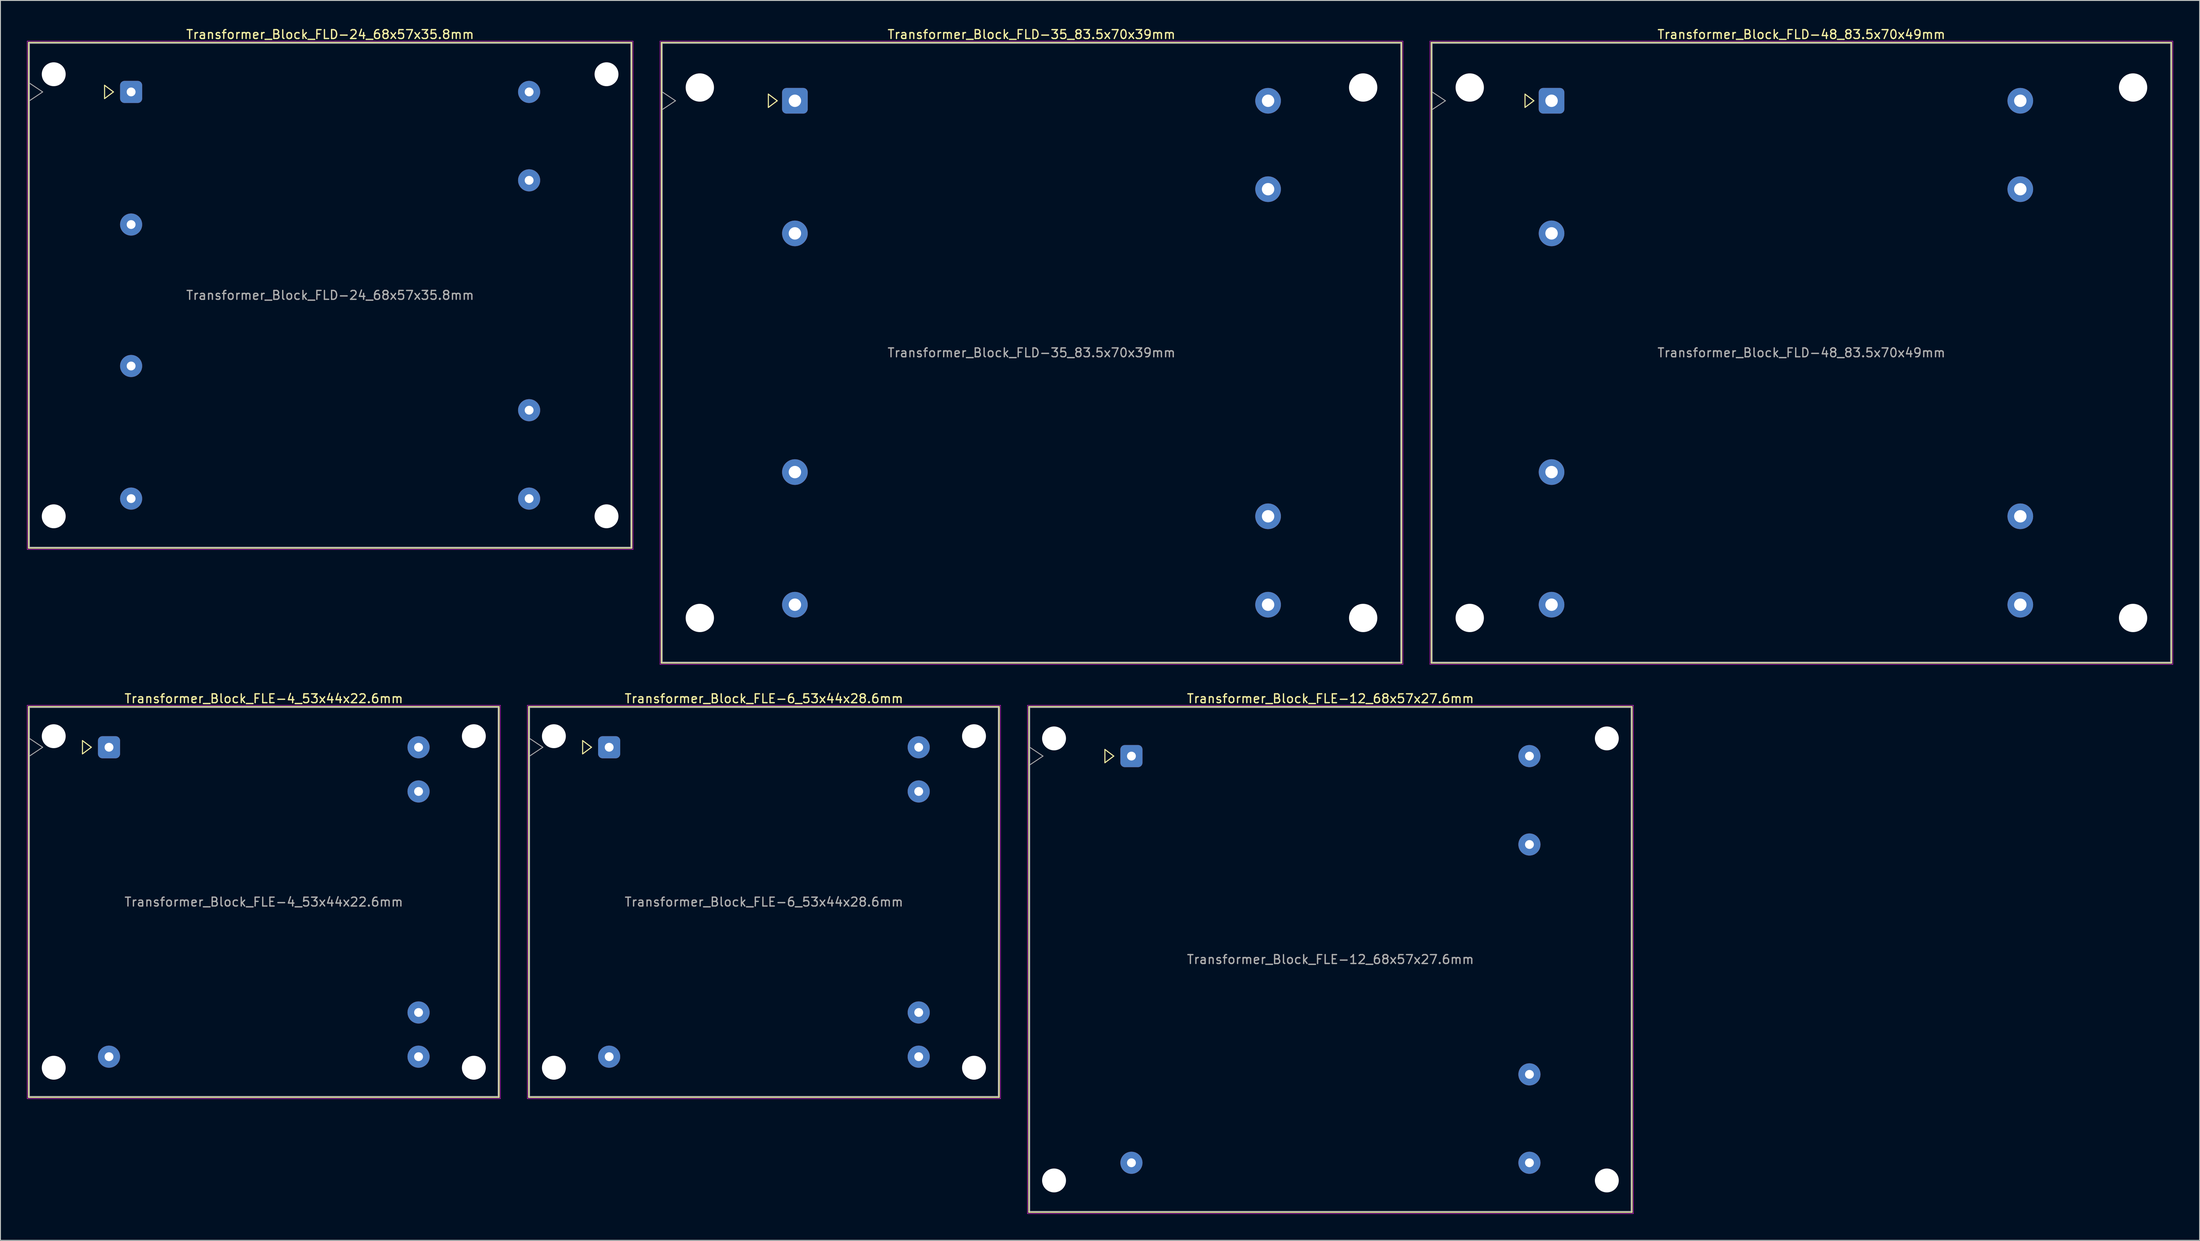
<source format=kicad_pcb>
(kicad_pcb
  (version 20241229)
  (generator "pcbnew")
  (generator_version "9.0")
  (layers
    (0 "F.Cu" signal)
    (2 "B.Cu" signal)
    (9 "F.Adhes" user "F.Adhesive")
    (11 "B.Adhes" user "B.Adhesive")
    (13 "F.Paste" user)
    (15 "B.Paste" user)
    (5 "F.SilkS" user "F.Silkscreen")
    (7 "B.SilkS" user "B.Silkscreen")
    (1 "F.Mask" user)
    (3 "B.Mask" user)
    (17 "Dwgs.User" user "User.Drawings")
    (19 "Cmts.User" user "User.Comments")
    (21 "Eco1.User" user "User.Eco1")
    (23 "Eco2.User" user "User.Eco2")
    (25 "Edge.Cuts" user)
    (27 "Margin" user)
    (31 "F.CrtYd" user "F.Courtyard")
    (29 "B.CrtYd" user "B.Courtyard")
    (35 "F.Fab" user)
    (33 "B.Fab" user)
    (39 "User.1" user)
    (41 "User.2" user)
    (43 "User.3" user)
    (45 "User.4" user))
  (footprint "Transformer_Block_FLE-12_68x57x27.6mm"
    (layer "F.Cu")
    (at 124.875 82.472)
    (property "Reference" "Transformer_Block_FLE-12_68x57x27.6mm" (at 22.5 -6.5 0) (layer "F.SilkS") (effects (font (size 1 1) (thickness 0.15))))
    (attr through_hole)
    (fp_line (start -11.6 -5.6) (end -11.6 51.6) (stroke (width 0.12) (type solid)) (layer "F.SilkS"))
    (fp_line (start -11.6 51.6) (end 56.6 51.6) (stroke (width 0.12) (type solid)) (layer "F.SilkS"))
    (fp_line (start -3 -0.75) (end -2 0) (stroke (width 0.12) (type solid)) (layer "F.SilkS"))
    (fp_line (start -3 0.75) (end -3 -0.75) (stroke (width 0.12) (type solid)) (layer "F.SilkS"))
    (fp_line (start -2 0) (end -3 0.75) (stroke (width 0.12) (type solid)) (layer "F.SilkS"))
    (fp_line (start 56.6 -5.6) (end -11.6 -5.6) (stroke (width 0.12) (type solid)) (layer "F.SilkS"))
    (fp_line (start 56.6 51.6) (end 56.6 -5.6) (stroke (width 0.12) (type solid)) (layer "F.SilkS"))
    (fp_line (start -11.75 -5.75) (end -11.75 51.75) (stroke (width 0.05) (type solid)) (layer "F.CrtYd"))
    (fp_line (start -11.75 51.75) (end 56.75 51.75) (stroke (width 0.05) (type solid)) (layer "F.CrtYd"))
    (fp_line (start 56.75 -5.75) (end -11.75 -5.75) (stroke (width 0.05) (type solid)) (layer "F.CrtYd"))
    (fp_line (start 56.75 51.75) (end 56.75 -5.75) (stroke (width 0.05) (type solid)) (layer "F.CrtYd"))
    (fp_line (start -11.5 -5.5) (end -11.5 51.5) (stroke (width 0.1) (type solid)) (layer "F.Fab"))
    (fp_line (start -11.5 -1) (end -10 0) (stroke (width 0.1) (type solid)) (layer "F.Fab"))
    (fp_line (start -11.5 51.5) (end 56.5 51.5) (stroke (width 0.1) (type solid)) (layer "F.Fab"))
    (fp_line (start -10 0) (end -11.5 1) (stroke (width 0.1) (type solid)) (layer "F.Fab"))
    (fp_line (start 56.5 -5.5) (end -11.5 -5.5) (stroke (width 0.1) (type solid)) (layer "F.Fab"))
    (fp_line (start 56.5 51.5) (end 56.5 -5.5) (stroke (width 0.1) (type solid)) (layer "F.Fab"))
    (fp_text user "${REFERENCE}" (at 22.5 23 0) (layer "F.Fab") (effects (font (size 1 1) (thickness 0.15))))
    (pad "" np_thru_hole circle (at -8.75 -2) (size 2.7 2.7) (drill 2.7) (layers "*.Cu" "*.Mask"))
    (pad "" np_thru_hole circle (at -8.75 48) (size 2.7 2.7) (drill 2.7) (layers "*.Cu" "*.Mask"))
    (pad "" np_thru_hole circle (at 53.75 -2) (size 2.7 2.7) (drill 2.7) (layers "*.Cu" "*.Mask"))
    (pad "" np_thru_hole circle (at 53.75 48) (size 2.7 2.7) (drill 2.7) (layers "*.Cu" "*.Mask"))
    (pad "1" thru_hole roundrect (at 0 0) (size 2.5 2.5) (drill 1) (layers "*.Cu" "*.Mask") (roundrect_rratio 0.2))
    (pad "2" thru_hole circle (at 0 46) (size 2.5 2.5) (drill 1) (layers "*.Cu" "*.Mask"))
    (pad "3" thru_hole circle (at 45 46) (size 2.5 2.5) (drill 1) (layers "*.Cu" "*.Mask"))
    (pad "4" thru_hole circle (at 45 36) (size 2.5 2.5) (drill 1) (layers "*.Cu" "*.Mask"))
    (pad "5" thru_hole circle (at 45 10) (size 2.5 2.5) (drill 1) (layers "*.Cu" "*.Mask"))
    (pad "6" thru_hole circle (at 45 0) (size 2.5 2.5) (drill 1) (layers "*.Cu" "*.Mask")))
  (footprint "Transformer_Block_FLD-48_83.5x70x49mm"
    (layer "F.Cu")
    (at 172.375 8.348)
    (property "Reference" "Transformer_Block_FLD-48_83.5x70x49mm" (at 28.25 -7.5 0) (layer "F.SilkS") (effects (font (size 1 1) (thickness 0.15))))
    (attr through_hole)
    (fp_line (start -13.6 -6.6) (end -13.6 63.6) (stroke (width 0.12) (type solid)) (layer "F.SilkS"))
    (fp_line (start -13.6 63.6) (end 70.1 63.6) (stroke (width 0.12) (type solid)) (layer "F.SilkS"))
    (fp_line (start -3 -0.75) (end -2 0) (stroke (width 0.12) (type solid)) (layer "F.SilkS"))
    (fp_line (start -3 0.75) (end -3 -0.75) (stroke (width 0.12) (type solid)) (layer "F.SilkS"))
    (fp_line (start -2 0) (end -3 0.75) (stroke (width 0.12) (type solid)) (layer "F.SilkS"))
    (fp_line (start 70.1 -6.6) (end -13.6 -6.6) (stroke (width 0.12) (type solid)) (layer "F.SilkS"))
    (fp_line (start 70.1 63.6) (end 70.1 -6.6) (stroke (width 0.12) (type solid)) (layer "F.SilkS"))
    (fp_line (start -13.75 -6.75) (end -13.75 63.75) (stroke (width 0.05) (type solid)) (layer "F.CrtYd"))
    (fp_line (start -13.75 63.75) (end 70.25 63.75) (stroke (width 0.05) (type solid)) (layer "F.CrtYd"))
    (fp_line (start 70.25 -6.75) (end -13.75 -6.75) (stroke (width 0.05) (type solid)) (layer "F.CrtYd"))
    (fp_line (start 70.25 63.75) (end 70.25 -6.75) (stroke (width 0.05) (type solid)) (layer "F.CrtYd"))
    (fp_line (start -13.5 -6.5) (end -13.5 63.5) (stroke (width 0.1) (type solid)) (layer "F.Fab"))
    (fp_line (start -13.5 -1) (end -12 0) (stroke (width 0.1) (type solid)) (layer "F.Fab"))
    (fp_line (start -13.5 63.5) (end 70 63.5) (stroke (width 0.1) (type solid)) (layer "F.Fab"))
    (fp_line (start -12 0) (end -13.5 1) (stroke (width 0.1) (type solid)) (layer "F.Fab"))
    (fp_line (start 70 -6.5) (end -13.5 -6.5) (stroke (width 0.1) (type solid)) (layer "F.Fab"))
    (fp_line (start 70 63.5) (end 70 -6.5) (stroke (width 0.1) (type solid)) (layer "F.Fab"))
    (fp_text user "${REFERENCE}" (at 28.25 28.5 0) (layer "F.Fab") (effects (font (size 1 1) (thickness 0.15))))
    (pad "" np_thru_hole circle (at -9.25 -1.5) (size 3.2 3.2) (drill 3.2) (layers "*.Cu" "*.Mask"))
    (pad "" np_thru_hole circle (at -9.25 58.5) (size 3.2 3.2) (drill 3.2) (layers "*.Cu" "*.Mask"))
    (pad "" np_thru_hole circle (at 65.75 -1.5) (size 3.2 3.2) (drill 3.2) (layers "*.Cu" "*.Mask"))
    (pad "" np_thru_hole circle (at 65.75 58.5) (size 3.2 3.2) (drill 3.2) (layers "*.Cu" "*.Mask"))
    (pad "1" thru_hole roundrect (at 0 0) (size 2.9 2.9) (drill 1.4) (layers "*.Cu" "*.Mask") (roundrect_rratio 0.172))
    (pad "2" thru_hole circle (at 0 15) (size 2.9 2.9) (drill 1.4) (layers "*.Cu" "*.Mask"))
    (pad "3" thru_hole circle (at 0 42) (size 2.9 2.9) (drill 1.4) (layers "*.Cu" "*.Mask"))
    (pad "4" thru_hole circle (at 0 57) (size 2.9 2.9) (drill 1.4) (layers "*.Cu" "*.Mask"))
    (pad "5" thru_hole circle (at 53 57) (size 2.9 2.9) (drill 1.4) (layers "*.Cu" "*.Mask"))
    (pad "6" thru_hole circle (at 53 47) (size 2.9 2.9) (drill 1.4) (layers "*.Cu" "*.Mask"))
    (pad "7" thru_hole circle (at 53 10) (size 2.9 2.9) (drill 1.4) (layers "*.Cu" "*.Mask"))
    (pad "8" thru_hole circle (at 53 0) (size 2.9 2.9) (drill 1.4) (layers "*.Cu" "*.Mask")))
  (footprint "Transformer_Block_FLD-35_83.5x70x39mm"
    (layer "F.Cu")
    (at 86.825 8.348)
    (property "Reference" "Transformer_Block_FLD-35_83.5x70x39mm" (at 26.75 -7.5 0) (layer "F.SilkS") (effects (font (size 1 1) (thickness 0.15))))
    (attr through_hole)
    (fp_line (start -15.1 -6.6) (end -15.1 63.6) (stroke (width 0.12) (type solid)) (layer "F.SilkS"))
    (fp_line (start -15.1 63.6) (end 68.6 63.6) (stroke (width 0.12) (type solid)) (layer "F.SilkS"))
    (fp_line (start -3 -0.75) (end -2 0) (stroke (width 0.12) (type solid)) (layer "F.SilkS"))
    (fp_line (start -3 0.75) (end -3 -0.75) (stroke (width 0.12) (type solid)) (layer "F.SilkS"))
    (fp_line (start -2 0) (end -3 0.75) (stroke (width 0.12) (type solid)) (layer "F.SilkS"))
    (fp_line (start 68.6 -6.6) (end -15.1 -6.6) (stroke (width 0.12) (type solid)) (layer "F.SilkS"))
    (fp_line (start 68.6 63.6) (end 68.6 -6.6) (stroke (width 0.12) (type solid)) (layer "F.SilkS"))
    (fp_line (start -15.25 -6.75) (end -15.25 63.75) (stroke (width 0.05) (type solid)) (layer "F.CrtYd"))
    (fp_line (start -15.25 63.75) (end 68.75 63.75) (stroke (width 0.05) (type solid)) (layer "F.CrtYd"))
    (fp_line (start 68.75 -6.75) (end -15.25 -6.75) (stroke (width 0.05) (type solid)) (layer "F.CrtYd"))
    (fp_line (start 68.75 63.75) (end 68.75 -6.75) (stroke (width 0.05) (type solid)) (layer "F.CrtYd"))
    (fp_line (start -15 -6.5) (end -15 63.5) (stroke (width 0.1) (type solid)) (layer "F.Fab"))
    (fp_line (start -15 -1) (end -13.5 0) (stroke (width 0.1) (type solid)) (layer "F.Fab"))
    (fp_line (start -15 63.5) (end 68.5 63.5) (stroke (width 0.1) (type solid)) (layer "F.Fab"))
    (fp_line (start -13.5 0) (end -15 1) (stroke (width 0.1) (type solid)) (layer "F.Fab"))
    (fp_line (start 68.5 -6.5) (end -15 -6.5) (stroke (width 0.1) (type solid)) (layer "F.Fab"))
    (fp_line (start 68.5 63.5) (end 68.5 -6.5) (stroke (width 0.1) (type solid)) (layer "F.Fab"))
    (fp_text user "${REFERENCE}" (at 26.75 28.5 0) (layer "F.Fab") (effects (font (size 1 1) (thickness 0.15))))
    (pad "" np_thru_hole circle (at -10.75 -1.5) (size 3.2 3.2) (drill 3.2) (layers "*.Cu" "*.Mask"))
    (pad "" np_thru_hole circle (at -10.75 58.5) (size 3.2 3.2) (drill 3.2) (layers "*.Cu" "*.Mask"))
    (pad "" np_thru_hole circle (at 64.25 -1.5) (size 3.2 3.2) (drill 3.2) (layers "*.Cu" "*.Mask"))
    (pad "" np_thru_hole circle (at 64.25 58.5) (size 3.2 3.2) (drill 3.2) (layers "*.Cu" "*.Mask"))
    (pad "1" thru_hole roundrect (at 0 0) (size 2.9 2.9) (drill 1.4) (layers "*.Cu" "*.Mask") (roundrect_rratio 0.172))
    (pad "2" thru_hole circle (at 0 15) (size 2.9 2.9) (drill 1.4) (layers "*.Cu" "*.Mask"))
    (pad "3" thru_hole circle (at 0 42) (size 2.9 2.9) (drill 1.4) (layers "*.Cu" "*.Mask"))
    (pad "4" thru_hole circle (at 0 57) (size 2.9 2.9) (drill 1.4) (layers "*.Cu" "*.Mask"))
    (pad "5" thru_hole circle (at 53.5 57) (size 2.9 2.9) (drill 1.4) (layers "*.Cu" "*.Mask"))
    (pad "6" thru_hole circle (at 53.5 47) (size 2.9 2.9) (drill 1.4) (layers "*.Cu" "*.Mask"))
    (pad "7" thru_hole circle (at 53.5 10) (size 2.9 2.9) (drill 1.4) (layers "*.Cu" "*.Mask"))
    (pad "8" thru_hole circle (at 53.5 0) (size 2.9 2.9) (drill 1.4) (layers "*.Cu" "*.Mask")))
  (footprint "Transformer_Block_FLE-4_53x44x22.6mm"
    (layer "F.Cu")
    (at 9.275 81.472)
    (property "Reference" "Transformer_Block_FLE-4_53x44x22.6mm" (at 17.5 -5.5 0) (layer "F.SilkS") (effects (font (size 1 1) (thickness 0.15))))
    (attr through_hole)
    (fp_line (start -9.1 -4.6) (end -9.1 39.6) (stroke (width 0.12) (type solid)) (layer "F.SilkS"))
    (fp_line (start -9.1 39.6) (end 44.1 39.6) (stroke (width 0.12) (type solid)) (layer "F.SilkS"))
    (fp_line (start -3 -0.75) (end -2 0) (stroke (width 0.12) (type solid)) (layer "F.SilkS"))
    (fp_line (start -3 0.75) (end -3 -0.75) (stroke (width 0.12) (type solid)) (layer "F.SilkS"))
    (fp_line (start -2 0) (end -3 0.75) (stroke (width 0.12) (type solid)) (layer "F.SilkS"))
    (fp_line (start 44.1 -4.6) (end -9.1 -4.6) (stroke (width 0.12) (type solid)) (layer "F.SilkS"))
    (fp_line (start 44.1 39.6) (end 44.1 -4.6) (stroke (width 0.12) (type solid)) (layer "F.SilkS"))
    (fp_line (start -9.25 -4.75) (end -9.25 39.75) (stroke (width 0.05) (type solid)) (layer "F.CrtYd"))
    (fp_line (start -9.25 39.75) (end 44.25 39.75) (stroke (width 0.05) (type solid)) (layer "F.CrtYd"))
    (fp_line (start 44.25 -4.75) (end -9.25 -4.75) (stroke (width 0.05) (type solid)) (layer "F.CrtYd"))
    (fp_line (start 44.25 39.75) (end 44.25 -4.75) (stroke (width 0.05) (type solid)) (layer "F.CrtYd"))
    (fp_line (start -9 -4.5) (end -9 39.5) (stroke (width 0.1) (type solid)) (layer "F.Fab"))
    (fp_line (start -9 -1) (end -7.5 0) (stroke (width 0.1) (type solid)) (layer "F.Fab"))
    (fp_line (start -9 39.5) (end 44 39.5) (stroke (width 0.1) (type solid)) (layer "F.Fab"))
    (fp_line (start -7.5 0) (end -9 1) (stroke (width 0.1) (type solid)) (layer "F.Fab"))
    (fp_line (start 44 -4.5) (end -9 -4.5) (stroke (width 0.1) (type solid)) (layer "F.Fab"))
    (fp_line (start 44 39.5) (end 44 -4.5) (stroke (width 0.1) (type solid)) (layer "F.Fab"))
    (fp_text user "${REFERENCE}" (at 17.5 17.5 0) (layer "F.Fab") (effects (font (size 1 1) (thickness 0.15))))
    (pad "" np_thru_hole circle (at -6.25 -1.25) (size 2.7 2.7) (drill 2.7) (layers "*.Cu" "*.Mask"))
    (pad "" np_thru_hole circle (at -6.25 36.25) (size 2.7 2.7) (drill 2.7) (layers "*.Cu" "*.Mask"))
    (pad "" np_thru_hole circle (at 41.25 -1.25) (size 2.7 2.7) (drill 2.7) (layers "*.Cu" "*.Mask"))
    (pad "" np_thru_hole circle (at 41.25 36.25) (size 2.7 2.7) (drill 2.7) (layers "*.Cu" "*.Mask"))
    (pad "1" thru_hole roundrect (at 0 0) (size 2.5 2.5) (drill 1) (layers "*.Cu" "*.Mask") (roundrect_rratio 0.2))
    (pad "2" thru_hole circle (at 0 35) (size 2.5 2.5) (drill 1) (layers "*.Cu" "*.Mask"))
    (pad "3" thru_hole circle (at 35 35) (size 2.5 2.5) (drill 1) (layers "*.Cu" "*.Mask"))
    (pad "4" thru_hole circle (at 35 30) (size 2.5 2.5) (drill 1) (layers "*.Cu" "*.Mask"))
    (pad "5" thru_hole circle (at 35 5) (size 2.5 2.5) (drill 1) (layers "*.Cu" "*.Mask"))
    (pad "6" thru_hole circle (at 35 0) (size 2.5 2.5) (drill 1) (layers "*.Cu" "*.Mask")))
  (footprint "Transformer_Block_FLD-24_68x57x35.8mm"
    (layer "F.Cu")
    (at 11.775 7.348)
    (property "Reference" "Transformer_Block_FLD-24_68x57x35.8mm" (at 22.5 -6.5 0) (layer "F.SilkS") (effects (font (size 1 1) (thickness 0.15))))
    (attr through_hole)
    (fp_line (start -11.6 -5.6) (end -11.6 51.6) (stroke (width 0.12) (type solid)) (layer "F.SilkS"))
    (fp_line (start -11.6 51.6) (end 56.6 51.6) (stroke (width 0.12) (type solid)) (layer "F.SilkS"))
    (fp_line (start -3 -0.75) (end -2 0) (stroke (width 0.12) (type solid)) (layer "F.SilkS"))
    (fp_line (start -3 0.75) (end -3 -0.75) (stroke (width 0.12) (type solid)) (layer "F.SilkS"))
    (fp_line (start -2 0) (end -3 0.75) (stroke (width 0.12) (type solid)) (layer "F.SilkS"))
    (fp_line (start 56.6 -5.6) (end -11.6 -5.6) (stroke (width 0.12) (type solid)) (layer "F.SilkS"))
    (fp_line (start 56.6 51.6) (end 56.6 -5.6) (stroke (width 0.12) (type solid)) (layer "F.SilkS"))
    (fp_line (start -11.75 -5.75) (end -11.75 51.75) (stroke (width 0.05) (type solid)) (layer "F.CrtYd"))
    (fp_line (start -11.75 51.75) (end 56.75 51.75) (stroke (width 0.05) (type solid)) (layer "F.CrtYd"))
    (fp_line (start 56.75 -5.75) (end -11.75 -5.75) (stroke (width 0.05) (type solid)) (layer "F.CrtYd"))
    (fp_line (start 56.75 51.75) (end 56.75 -5.75) (stroke (width 0.05) (type solid)) (layer "F.CrtYd"))
    (fp_line (start -11.5 -5.5) (end -11.5 51.5) (stroke (width 0.1) (type solid)) (layer "F.Fab"))
    (fp_line (start -11.5 -1) (end -10 0) (stroke (width 0.1) (type solid)) (layer "F.Fab"))
    (fp_line (start -11.5 51.5) (end 56.5 51.5) (stroke (width 0.1) (type solid)) (layer "F.Fab"))
    (fp_line (start -10 0) (end -11.5 1) (stroke (width 0.1) (type solid)) (layer "F.Fab"))
    (fp_line (start 56.5 -5.5) (end -11.5 -5.5) (stroke (width 0.1) (type solid)) (layer "F.Fab"))
    (fp_line (start 56.5 51.5) (end 56.5 -5.5) (stroke (width 0.1) (type solid)) (layer "F.Fab"))
    (fp_text user "${REFERENCE}" (at 22.5 23 0) (layer "F.Fab") (effects (font (size 1 1) (thickness 0.15))))
    (pad "" np_thru_hole circle (at -8.75 -2) (size 2.7 2.7) (drill 2.7) (layers "*.Cu" "*.Mask"))
    (pad "" np_thru_hole circle (at -8.75 48) (size 2.7 2.7) (drill 2.7) (layers "*.Cu" "*.Mask"))
    (pad "" np_thru_hole circle (at 53.75 -2) (size 2.7 2.7) (drill 2.7) (layers "*.Cu" "*.Mask"))
    (pad "" np_thru_hole circle (at 53.75 48) (size 2.7 2.7) (drill 2.7) (layers "*.Cu" "*.Mask"))
    (pad "1" thru_hole roundrect (at 0 0) (size 2.5 2.5) (drill 1) (layers "*.Cu" "*.Mask") (roundrect_rratio 0.2))
    (pad "2" thru_hole circle (at 0 15) (size 2.5 2.5) (drill 1) (layers "*.Cu" "*.Mask"))
    (pad "3" thru_hole circle (at 0 31) (size 2.5 2.5) (drill 1) (layers "*.Cu" "*.Mask"))
    (pad "4" thru_hole circle (at 0 46) (size 2.5 2.5) (drill 1) (layers "*.Cu" "*.Mask"))
    (pad "5" thru_hole circle (at 45 46) (size 2.5 2.5) (drill 1) (layers "*.Cu" "*.Mask"))
    (pad "6" thru_hole circle (at 45 36) (size 2.5 2.5) (drill 1) (layers "*.Cu" "*.Mask"))
    (pad "7" thru_hole circle (at 45 10) (size 2.5 2.5) (drill 1) (layers "*.Cu" "*.Mask"))
    (pad "8" thru_hole circle (at 45 0) (size 2.5 2.5) (drill 1) (layers "*.Cu" "*.Mask")))
  (footprint "Transformer_Block_FLE-6_53x44x28.6mm"
    (layer "F.Cu")
    (at 65.825 81.472)
    (property "Reference" "Transformer_Block_FLE-6_53x44x28.6mm" (at 17.5 -5.5 0) (layer "F.SilkS") (effects (font (size 1 1) (thickness 0.15))))
    (attr through_hole)
    (fp_line (start -9.1 -4.6) (end -9.1 39.6) (stroke (width 0.12) (type solid)) (layer "F.SilkS"))
    (fp_line (start -9.1 39.6) (end 44.1 39.6) (stroke (width 0.12) (type solid)) (layer "F.SilkS"))
    (fp_line (start -3 -0.75) (end -2 0) (stroke (width 0.12) (type solid)) (layer "F.SilkS"))
    (fp_line (start -3 0.75) (end -3 -0.75) (stroke (width 0.12) (type solid)) (layer "F.SilkS"))
    (fp_line (start -2 0) (end -3 0.75) (stroke (width 0.12) (type solid)) (layer "F.SilkS"))
    (fp_line (start 44.1 -4.6) (end -9.1 -4.6) (stroke (width 0.12) (type solid)) (layer "F.SilkS"))
    (fp_line (start 44.1 39.6) (end 44.1 -4.6) (stroke (width 0.12) (type solid)) (layer "F.SilkS"))
    (fp_line (start -9.25 -4.75) (end -9.25 39.75) (stroke (width 0.05) (type solid)) (layer "F.CrtYd"))
    (fp_line (start -9.25 39.75) (end 44.25 39.75) (stroke (width 0.05) (type solid)) (layer "F.CrtYd"))
    (fp_line (start 44.25 -4.75) (end -9.25 -4.75) (stroke (width 0.05) (type solid)) (layer "F.CrtYd"))
    (fp_line (start 44.25 39.75) (end 44.25 -4.75) (stroke (width 0.05) (type solid)) (layer "F.CrtYd"))
    (fp_line (start -9 -4.5) (end -9 39.5) (stroke (width 0.1) (type solid)) (layer "F.Fab"))
    (fp_line (start -9 -1) (end -7.5 0) (stroke (width 0.1) (type solid)) (layer "F.Fab"))
    (fp_line (start -9 39.5) (end 44 39.5) (stroke (width 0.1) (type solid)) (layer "F.Fab"))
    (fp_line (start -7.5 0) (end -9 1) (stroke (width 0.1) (type solid)) (layer "F.Fab"))
    (fp_line (start 44 -4.5) (end -9 -4.5) (stroke (width 0.1) (type solid)) (layer "F.Fab"))
    (fp_line (start 44 39.5) (end 44 -4.5) (stroke (width 0.1) (type solid)) (layer "F.Fab"))
    (fp_text user "${REFERENCE}" (at 17.5 17.5 0) (layer "F.Fab") (effects (font (size 1 1) (thickness 0.15))))
    (pad "" np_thru_hole circle (at -6.25 -1.25) (size 2.7 2.7) (drill 2.7) (layers "*.Cu" "*.Mask"))
    (pad "" np_thru_hole circle (at -6.25 36.25) (size 2.7 2.7) (drill 2.7) (layers "*.Cu" "*.Mask"))
    (pad "" np_thru_hole circle (at 41.25 -1.25) (size 2.7 2.7) (drill 2.7) (layers "*.Cu" "*.Mask"))
    (pad "" np_thru_hole circle (at 41.25 36.25) (size 2.7 2.7) (drill 2.7) (layers "*.Cu" "*.Mask"))
    (pad "1" thru_hole roundrect (at 0 0) (size 2.5 2.5) (drill 1) (layers "*.Cu" "*.Mask") (roundrect_rratio 0.2))
    (pad "2" thru_hole circle (at 0 35) (size 2.5 2.5) (drill 1) (layers "*.Cu" "*.Mask"))
    (pad "3" thru_hole circle (at 35 35) (size 2.5 2.5) (drill 1) (layers "*.Cu" "*.Mask"))
    (pad "4" thru_hole circle (at 35 30) (size 2.5 2.5) (drill 1) (layers "*.Cu" "*.Mask"))
    (pad "5" thru_hole circle (at 35 5) (size 2.5 2.5) (drill 1) (layers "*.Cu" "*.Mask"))
    (pad "6" thru_hole circle (at 35 0) (size 2.5 2.5) (drill 1) (layers "*.Cu" "*.Mask")))
  (gr_rect
    (start -3 -3)
    (end 245.65 137.246)
    (stroke (width 0.1) (type default))
    (fill no)
    (layer "Edge.Cuts")))
</source>
